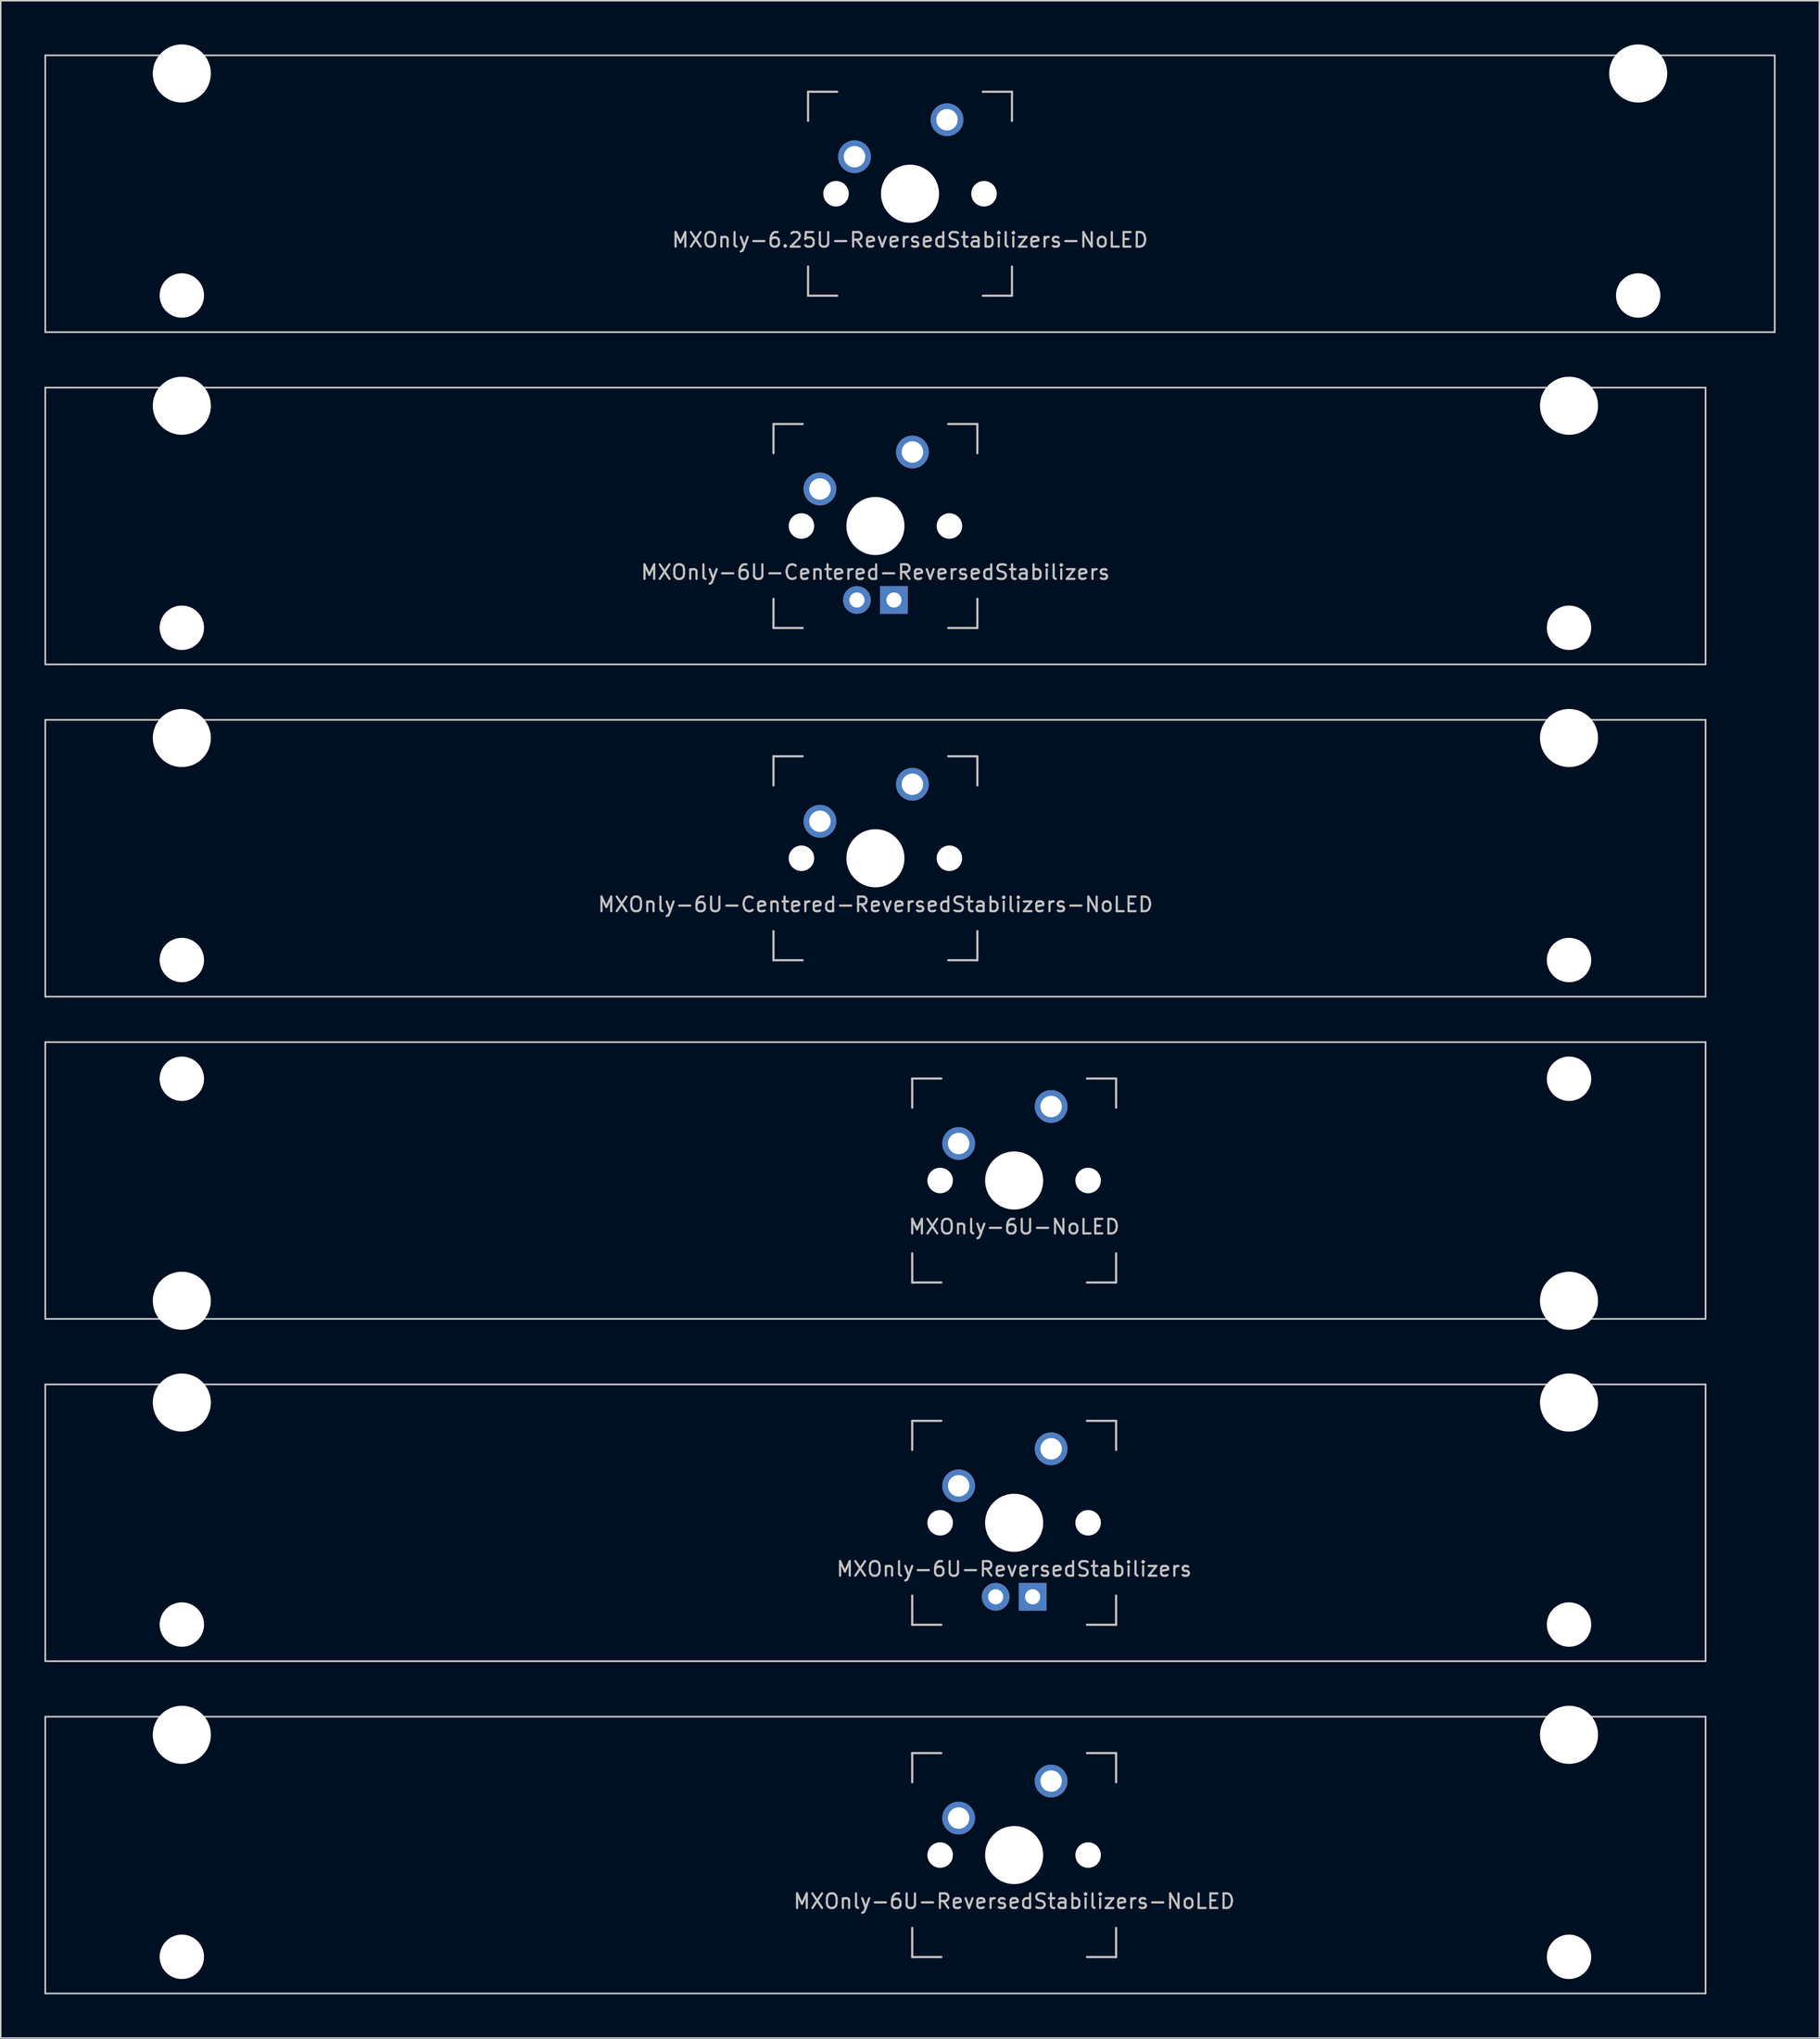
<source format=kicad_pcb>
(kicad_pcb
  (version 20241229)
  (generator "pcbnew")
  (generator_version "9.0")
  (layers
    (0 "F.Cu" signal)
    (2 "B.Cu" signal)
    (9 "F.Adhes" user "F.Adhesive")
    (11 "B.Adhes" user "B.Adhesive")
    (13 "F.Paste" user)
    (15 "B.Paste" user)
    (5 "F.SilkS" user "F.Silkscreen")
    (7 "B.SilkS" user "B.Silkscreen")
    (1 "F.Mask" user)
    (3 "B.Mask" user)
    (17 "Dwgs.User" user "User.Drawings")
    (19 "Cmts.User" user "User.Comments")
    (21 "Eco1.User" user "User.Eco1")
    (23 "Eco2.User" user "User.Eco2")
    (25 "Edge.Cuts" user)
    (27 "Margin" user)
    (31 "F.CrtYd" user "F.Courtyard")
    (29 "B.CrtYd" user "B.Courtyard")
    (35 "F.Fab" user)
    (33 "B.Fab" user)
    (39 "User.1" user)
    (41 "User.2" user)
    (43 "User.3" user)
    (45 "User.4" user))
  (footprint "MXOnly-6U-ReversedStabilizers-NoLED"
    (layer "F.Cu")
    (at 57.06 124.293)
    (property "Reference" "MXOnly-6U-ReversedStabilizers-NoLED" (at 9.525 3.175 0) (layer "Dwgs.User") (effects (font (size 1 1) (thickness 0.15))))
    (attr through_hole)
    (fp_line (start -57 -9.5) (end -57 9.5) (stroke (width 0.12) (type solid)) (layer "Dwgs.User"))
    (fp_line (start -57 9.5) (end 57 9.5) (stroke (width 0.12) (type solid)) (layer "Dwgs.User"))
    (fp_line (start 2.525 -7) (end 2.525 -5) (stroke (width 0.15) (type solid)) (layer "Dwgs.User"))
    (fp_line (start 2.525 5) (end 2.525 7) (stroke (width 0.15) (type solid)) (layer "Dwgs.User"))
    (fp_line (start 2.525 7) (end 4.525 7) (stroke (width 0.15) (type solid)) (layer "Dwgs.User"))
    (fp_line (start 4.525 -7) (end 2.525 -7) (stroke (width 0.15) (type solid)) (layer "Dwgs.User"))
    (fp_line (start 14.525 -7) (end 16.525 -7) (stroke (width 0.15) (type solid)) (layer "Dwgs.User"))
    (fp_line (start 14.525 7) (end 16.525 7) (stroke (width 0.15) (type solid)) (layer "Dwgs.User"))
    (fp_line (start 16.525 -7) (end 16.525 -5) (stroke (width 0.15) (type solid)) (layer "Dwgs.User"))
    (fp_line (start 16.525 7) (end 16.525 5) (stroke (width 0.15) (type solid)) (layer "Dwgs.User"))
    (fp_line (start 57 -9.5) (end -57 -9.5) (stroke (width 0.12) (type solid)) (layer "Dwgs.User"))
    (fp_line (start 57 9.5) (end 57 -9.5) (stroke (width 0.12) (type solid)) (layer "Dwgs.User"))
    (pad "" np_thru_hole circle (at -47.625 -8.255) (size 3.988 3.988) (drill 3.988) (layers "*.Cu" "*.Mask"))
    (pad "" np_thru_hole circle (at -47.625 6.985) (size 3.048 3.048) (drill 3.048) (layers "*.Cu" "*.Mask"))
    (pad "" np_thru_hole circle (at 4.445 0 48.1) (size 1.75 1.75) (drill 1.75) (layers "*.Cu" "*.Mask"))
    (pad "" np_thru_hole circle (at 9.525 0) (size 3.988 3.988) (drill 3.988) (layers "*.Cu" "*.Mask"))
    (pad "" np_thru_hole circle (at 14.605 0 48.1) (size 1.75 1.75) (drill 1.75) (layers "*.Cu" "*.Mask"))
    (pad "" np_thru_hole circle (at 47.625 -8.255) (size 3.988 3.988) (drill 3.988) (layers "*.Cu" "*.Mask"))
    (pad "" np_thru_hole circle (at 47.625 6.985) (size 3.048 3.048) (drill 3.048) (layers "*.Cu" "*.Mask"))
    (pad "1" thru_hole circle (at 5.715 -2.54) (size 2.25 2.25) (drill 1.47) (layers "*.Cu" "B.Mask"))
    (pad "2" thru_hole circle (at 12.065 -5.08) (size 2.25 2.25) (drill 1.47) (layers "*.Cu" "B.Mask")))
  (footprint "MXOnly-6U-Centered-ReversedStabilizers-NoLED"
    (layer "F.Cu")
    (at 57.06 55.867)
    (property "Reference" "MXOnly-6U-Centered-ReversedStabilizers-NoLED" (at 0 3.175 0) (layer "Dwgs.User") (effects (font (size 1 1) (thickness 0.15))))
    (attr through_hole)
    (fp_line (start -57 -9.5) (end -57 9.5) (stroke (width 0.12) (type solid)) (layer "Dwgs.User"))
    (fp_line (start -57 9.5) (end 57 9.5) (stroke (width 0.12) (type solid)) (layer "Dwgs.User"))
    (fp_line (start -7 -7) (end -7 -5) (stroke (width 0.15) (type solid)) (layer "Dwgs.User"))
    (fp_line (start -7 5) (end -7 7) (stroke (width 0.15) (type solid)) (layer "Dwgs.User"))
    (fp_line (start -7 7) (end -5 7) (stroke (width 0.15) (type solid)) (layer "Dwgs.User"))
    (fp_line (start -5 -7) (end -7 -7) (stroke (width 0.15) (type solid)) (layer "Dwgs.User"))
    (fp_line (start 5 -7) (end 7 -7) (stroke (width 0.15) (type solid)) (layer "Dwgs.User"))
    (fp_line (start 5 7) (end 7 7) (stroke (width 0.15) (type solid)) (layer "Dwgs.User"))
    (fp_line (start 7 -7) (end 7 -5) (stroke (width 0.15) (type solid)) (layer "Dwgs.User"))
    (fp_line (start 7 7) (end 7 5) (stroke (width 0.15) (type solid)) (layer "Dwgs.User"))
    (fp_line (start 57 -9.5) (end -57 -9.5) (stroke (width 0.12) (type solid)) (layer "Dwgs.User"))
    (fp_line (start 57 9.5) (end 57 -9.5) (stroke (width 0.12) (type solid)) (layer "Dwgs.User"))
    (pad "" np_thru_hole circle (at -47.625 -8.255) (size 3.988 3.988) (drill 3.988) (layers "*.Cu" "*.Mask"))
    (pad "" np_thru_hole circle (at -47.625 6.985) (size 3.048 3.048) (drill 3.048) (layers "*.Cu" "*.Mask"))
    (pad "" np_thru_hole circle (at -5.08 0 48.1) (size 1.75 1.75) (drill 1.75) (layers "*.Cu" "*.Mask"))
    (pad "" np_thru_hole circle (at 0 0) (size 3.988 3.988) (drill 3.988) (layers "*.Cu" "*.Mask"))
    (pad "" np_thru_hole circle (at 5.08 0 48.1) (size 1.75 1.75) (drill 1.75) (layers "*.Cu" "*.Mask"))
    (pad "" np_thru_hole circle (at 47.625 -8.255) (size 3.988 3.988) (drill 3.988) (layers "*.Cu" "*.Mask"))
    (pad "" np_thru_hole circle (at 47.625 6.985) (size 3.048 3.048) (drill 3.048) (layers "*.Cu" "*.Mask"))
    (pad "1" thru_hole circle (at -3.81 -2.54) (size 2.25 2.25) (drill 1.47) (layers "*.Cu" "B.Mask"))
    (pad "2" thru_hole circle (at 2.54 -5.08) (size 2.25 2.25) (drill 1.47) (layers "*.Cu" "B.Mask")))
  (footprint "MXOnly-6U-ReversedStabilizers"
    (layer "F.Cu")
    (at 57.06 101.484)
    (property "Reference" "MXOnly-6U-ReversedStabilizers" (at 9.525 3.175 0) (layer "Dwgs.User") (effects (font (size 1 1) (thickness 0.15))))
    (attr through_hole)
    (fp_line (start -57 -9.5) (end -57 9.5) (stroke (width 0.12) (type solid)) (layer "Dwgs.User"))
    (fp_line (start -57 9.5) (end 57 9.5) (stroke (width 0.12) (type solid)) (layer "Dwgs.User"))
    (fp_line (start 2.525 -7) (end 2.525 -5) (stroke (width 0.15) (type solid)) (layer "Dwgs.User"))
    (fp_line (start 2.525 5) (end 2.525 7) (stroke (width 0.15) (type solid)) (layer "Dwgs.User"))
    (fp_line (start 2.525 7) (end 4.525 7) (stroke (width 0.15) (type solid)) (layer "Dwgs.User"))
    (fp_line (start 4.525 -7) (end 2.525 -7) (stroke (width 0.15) (type solid)) (layer "Dwgs.User"))
    (fp_line (start 14.525 -7) (end 16.525 -7) (stroke (width 0.15) (type solid)) (layer "Dwgs.User"))
    (fp_line (start 14.525 7) (end 16.525 7) (stroke (width 0.15) (type solid)) (layer "Dwgs.User"))
    (fp_line (start 16.525 -7) (end 16.525 -5) (stroke (width 0.15) (type solid)) (layer "Dwgs.User"))
    (fp_line (start 16.525 7) (end 16.525 5) (stroke (width 0.15) (type solid)) (layer "Dwgs.User"))
    (fp_line (start 57 -9.5) (end -57 -9.5) (stroke (width 0.12) (type solid)) (layer "Dwgs.User"))
    (fp_line (start 57 9.5) (end 57 -9.5) (stroke (width 0.12) (type solid)) (layer "Dwgs.User"))
    (pad "" np_thru_hole circle (at -47.625 -8.255) (size 3.988 3.988) (drill 3.988) (layers "*.Cu" "*.Mask"))
    (pad "" np_thru_hole circle (at -47.625 6.985) (size 3.048 3.048) (drill 3.048) (layers "*.Cu" "*.Mask"))
    (pad "" np_thru_hole circle (at 4.445 0 48.1) (size 1.75 1.75) (drill 1.75) (layers "*.Cu" "*.Mask"))
    (pad "" np_thru_hole circle (at 9.525 0) (size 3.988 3.988) (drill 3.988) (layers "*.Cu" "*.Mask"))
    (pad "" np_thru_hole circle (at 14.605 0 48.1) (size 1.75 1.75) (drill 1.75) (layers "*.Cu" "*.Mask"))
    (pad "" np_thru_hole circle (at 47.625 -8.255) (size 3.988 3.988) (drill 3.988) (layers "*.Cu" "*.Mask"))
    (pad "" np_thru_hole circle (at 47.625 6.985) (size 3.048 3.048) (drill 3.048) (layers "*.Cu" "*.Mask"))
    (pad "1" thru_hole circle (at 5.715 -2.54) (size 2.25 2.25) (drill 1.47) (layers "*.Cu" "B.Mask"))
    (pad "2" thru_hole circle (at 12.065 -5.08) (size 2.25 2.25) (drill 1.47) (layers "*.Cu" "B.Mask"))
    (pad "3" thru_hole circle (at 8.255 5.08) (size 1.905 1.905) (drill 1.04) (layers "*.Cu" "B.Mask"))
    (pad "4" thru_hole rect (at 10.795 5.08) (size 1.905 1.905) (drill 1.04) (layers "*.Cu" "B.Mask")))
  (footprint "MXOnly-6.25U-ReversedStabilizers-NoLED"
    (layer "F.Cu")
    (at 59.435 10.249)
    (property "Reference" "MXOnly-6.25U-ReversedStabilizers-NoLED" (at 0 3.175 0) (layer "Dwgs.User") (effects (font (size 1 1) (thickness 0.15))))
    (attr through_hole)
    (fp_line (start -59.375 -9.5) (end -59.375 9.5) (stroke (width 0.12) (type solid)) (layer "Dwgs.User"))
    (fp_line (start -59.375 9.5) (end 59.375 9.5) (stroke (width 0.12) (type solid)) (layer "Dwgs.User"))
    (fp_line (start -7 -7) (end -7 -5) (stroke (width 0.15) (type solid)) (layer "Dwgs.User"))
    (fp_line (start -7 5) (end -7 7) (stroke (width 0.15) (type solid)) (layer "Dwgs.User"))
    (fp_line (start -7 7) (end -5 7) (stroke (width 0.15) (type solid)) (layer "Dwgs.User"))
    (fp_line (start -5 -7) (end -7 -7) (stroke (width 0.15) (type solid)) (layer "Dwgs.User"))
    (fp_line (start 5 -7) (end 7 -7) (stroke (width 0.15) (type solid)) (layer "Dwgs.User"))
    (fp_line (start 5 7) (end 7 7) (stroke (width 0.15) (type solid)) (layer "Dwgs.User"))
    (fp_line (start 7 -7) (end 7 -5) (stroke (width 0.15) (type solid)) (layer "Dwgs.User"))
    (fp_line (start 7 7) (end 7 5) (stroke (width 0.15) (type solid)) (layer "Dwgs.User"))
    (fp_line (start 59.375 -9.5) (end -59.375 -9.5) (stroke (width 0.12) (type solid)) (layer "Dwgs.User"))
    (fp_line (start 59.375 9.5) (end 59.375 -9.5) (stroke (width 0.12) (type solid)) (layer "Dwgs.User"))
    (pad "" np_thru_hole circle (at -50 -8.255) (size 3.988 3.988) (drill 3.988) (layers "*.Cu" "*.Mask"))
    (pad "" np_thru_hole circle (at -50 6.985) (size 3.048 3.048) (drill 3.048) (layers "*.Cu" "*.Mask"))
    (pad "" np_thru_hole circle (at -5.08 0 48.1) (size 1.75 1.75) (drill 1.75) (layers "*.Cu" "*.Mask"))
    (pad "" np_thru_hole circle (at 0 0) (size 3.988 3.988) (drill 3.988) (layers "*.Cu" "*.Mask"))
    (pad "" np_thru_hole circle (at 5.08 0 48.1) (size 1.75 1.75) (drill 1.75) (layers "*.Cu" "*.Mask"))
    (pad "" np_thru_hole circle (at 50 -8.255) (size 3.988 3.988) (drill 3.988) (layers "*.Cu" "*.Mask"))
    (pad "" np_thru_hole circle (at 50 6.985) (size 3.048 3.048) (drill 3.048) (layers "*.Cu" "*.Mask"))
    (pad "1" thru_hole circle (at -3.81 -2.54) (size 2.25 2.25) (drill 1.47) (layers "*.Cu" "B.Mask"))
    (pad "2" thru_hole circle (at 2.54 -5.08) (size 2.25 2.25) (drill 1.47) (layers "*.Cu" "B.Mask")))
  (footprint "MXOnly-6U-Centered-ReversedStabilizers"
    (layer "F.Cu")
    (at 57.06 33.058)
    (property "Reference" "MXOnly-6U-Centered-ReversedStabilizers" (at 0 3.175 0) (layer "Dwgs.User") (effects (font (size 1 1) (thickness 0.15))))
    (attr through_hole)
    (fp_line (start -57 -9.5) (end -57 9.5) (stroke (width 0.12) (type solid)) (layer "Dwgs.User"))
    (fp_line (start -57 9.5) (end 57 9.5) (stroke (width 0.12) (type solid)) (layer "Dwgs.User"))
    (fp_line (start -7 -7) (end -7 -5) (stroke (width 0.15) (type solid)) (layer "Dwgs.User"))
    (fp_line (start -7 5) (end -7 7) (stroke (width 0.15) (type solid)) (layer "Dwgs.User"))
    (fp_line (start -7 7) (end -5 7) (stroke (width 0.15) (type solid)) (layer "Dwgs.User"))
    (fp_line (start -5 -7) (end -7 -7) (stroke (width 0.15) (type solid)) (layer "Dwgs.User"))
    (fp_line (start 5 -7) (end 7 -7) (stroke (width 0.15) (type solid)) (layer "Dwgs.User"))
    (fp_line (start 5 7) (end 7 7) (stroke (width 0.15) (type solid)) (layer "Dwgs.User"))
    (fp_line (start 7 -7) (end 7 -5) (stroke (width 0.15) (type solid)) (layer "Dwgs.User"))
    (fp_line (start 7 7) (end 7 5) (stroke (width 0.15) (type solid)) (layer "Dwgs.User"))
    (fp_line (start 57 -9.5) (end -57 -9.5) (stroke (width 0.12) (type solid)) (layer "Dwgs.User"))
    (fp_line (start 57 9.5) (end 57 -9.5) (stroke (width 0.12) (type solid)) (layer "Dwgs.User"))
    (pad "" np_thru_hole circle (at -47.625 -8.255) (size 3.988 3.988) (drill 3.988) (layers "*.Cu" "*.Mask"))
    (pad "" np_thru_hole circle (at -47.625 6.985) (size 3.048 3.048) (drill 3.048) (layers "*.Cu" "*.Mask"))
    (pad "" np_thru_hole circle (at -5.08 0 48.1) (size 1.75 1.75) (drill 1.75) (layers "*.Cu" "*.Mask"))
    (pad "" np_thru_hole circle (at 0 0) (size 3.988 3.988) (drill 3.988) (layers "*.Cu" "*.Mask"))
    (pad "" np_thru_hole circle (at 5.08 0 48.1) (size 1.75 1.75) (drill 1.75) (layers "*.Cu" "*.Mask"))
    (pad "" np_thru_hole circle (at 47.625 -8.255) (size 3.988 3.988) (drill 3.988) (layers "*.Cu" "*.Mask"))
    (pad "" np_thru_hole circle (at 47.625 6.985) (size 3.048 3.048) (drill 3.048) (layers "*.Cu" "*.Mask"))
    (pad "1" thru_hole circle (at -3.81 -2.54) (size 2.25 2.25) (drill 1.47) (layers "*.Cu" "B.Mask"))
    (pad "2" thru_hole circle (at 2.54 -5.08) (size 2.25 2.25) (drill 1.47) (layers "*.Cu" "B.Mask"))
    (pad "3" thru_hole circle (at -1.27 5.08) (size 1.905 1.905) (drill 1.04) (layers "*.Cu" "B.Mask"))
    (pad "4" thru_hole rect (at 1.27 5.08) (size 1.905 1.905) (drill 1.04) (layers "*.Cu" "B.Mask")))
  (footprint "MXOnly-6U-NoLED"
    (layer "F.Cu")
    (at 57.06 77.987)
    (property "Reference" "MXOnly-6U-NoLED" (at 9.525 3.175 0) (layer "Dwgs.User") (effects (font (size 1 1) (thickness 0.15))))
    (attr through_hole)
    (fp_line (start -57 -9.5) (end -57 9.5) (stroke (width 0.12) (type solid)) (layer "Dwgs.User"))
    (fp_line (start -57 9.5) (end 57 9.5) (stroke (width 0.12) (type solid)) (layer "Dwgs.User"))
    (fp_line (start 2.525 -7) (end 2.525 -5) (stroke (width 0.15) (type solid)) (layer "Dwgs.User"))
    (fp_line (start 2.525 5) (end 2.525 7) (stroke (width 0.15) (type solid)) (layer "Dwgs.User"))
    (fp_line (start 2.525 7) (end 4.525 7) (stroke (width 0.15) (type solid)) (layer "Dwgs.User"))
    (fp_line (start 4.525 -7) (end 2.525 -7) (stroke (width 0.15) (type solid)) (layer "Dwgs.User"))
    (fp_line (start 14.525 -7) (end 16.525 -7) (stroke (width 0.15) (type solid)) (layer "Dwgs.User"))
    (fp_line (start 14.525 7) (end 16.525 7) (stroke (width 0.15) (type solid)) (layer "Dwgs.User"))
    (fp_line (start 16.525 -7) (end 16.525 -5) (stroke (width 0.15) (type solid)) (layer "Dwgs.User"))
    (fp_line (start 16.525 7) (end 16.525 5) (stroke (width 0.15) (type solid)) (layer "Dwgs.User"))
    (fp_line (start 57 -9.5) (end -57 -9.5) (stroke (width 0.12) (type solid)) (layer "Dwgs.User"))
    (fp_line (start 57 9.5) (end 57 -9.5) (stroke (width 0.12) (type solid)) (layer "Dwgs.User"))
    (pad "" np_thru_hole circle (at -47.625 -6.985) (size 3.048 3.048) (drill 3.048) (layers "*.Cu" "*.Mask"))
    (pad "" np_thru_hole circle (at -47.625 8.255) (size 3.988 3.988) (drill 3.988) (layers "*.Cu" "*.Mask"))
    (pad "" np_thru_hole circle (at 4.445 0 48.1) (size 1.75 1.75) (drill 1.75) (layers "*.Cu" "*.Mask"))
    (pad "" np_thru_hole circle (at 9.525 0) (size 3.988 3.988) (drill 3.988) (layers "*.Cu" "*.Mask"))
    (pad "" np_thru_hole circle (at 14.605 0 48.1) (size 1.75 1.75) (drill 1.75) (layers "*.Cu" "*.Mask"))
    (pad "" np_thru_hole circle (at 47.625 -6.985) (size 3.048 3.048) (drill 3.048) (layers "*.Cu" "*.Mask"))
    (pad "" np_thru_hole circle (at 47.625 8.255) (size 3.988 3.988) (drill 3.988) (layers "*.Cu" "*.Mask"))
    (pad "1" thru_hole circle (at 5.715 -2.54) (size 2.25 2.25) (drill 1.47) (layers "*.Cu" "B.Mask"))
    (pad "2" thru_hole circle (at 12.065 -5.08) (size 2.25 2.25) (drill 1.47) (layers "*.Cu" "B.Mask")))
  (gr_rect
    (start -3 -3)
    (end 121.87 136.853)
    (stroke (width 0.1) (type default))
    (fill no)
    (layer "Edge.Cuts")))
</source>
